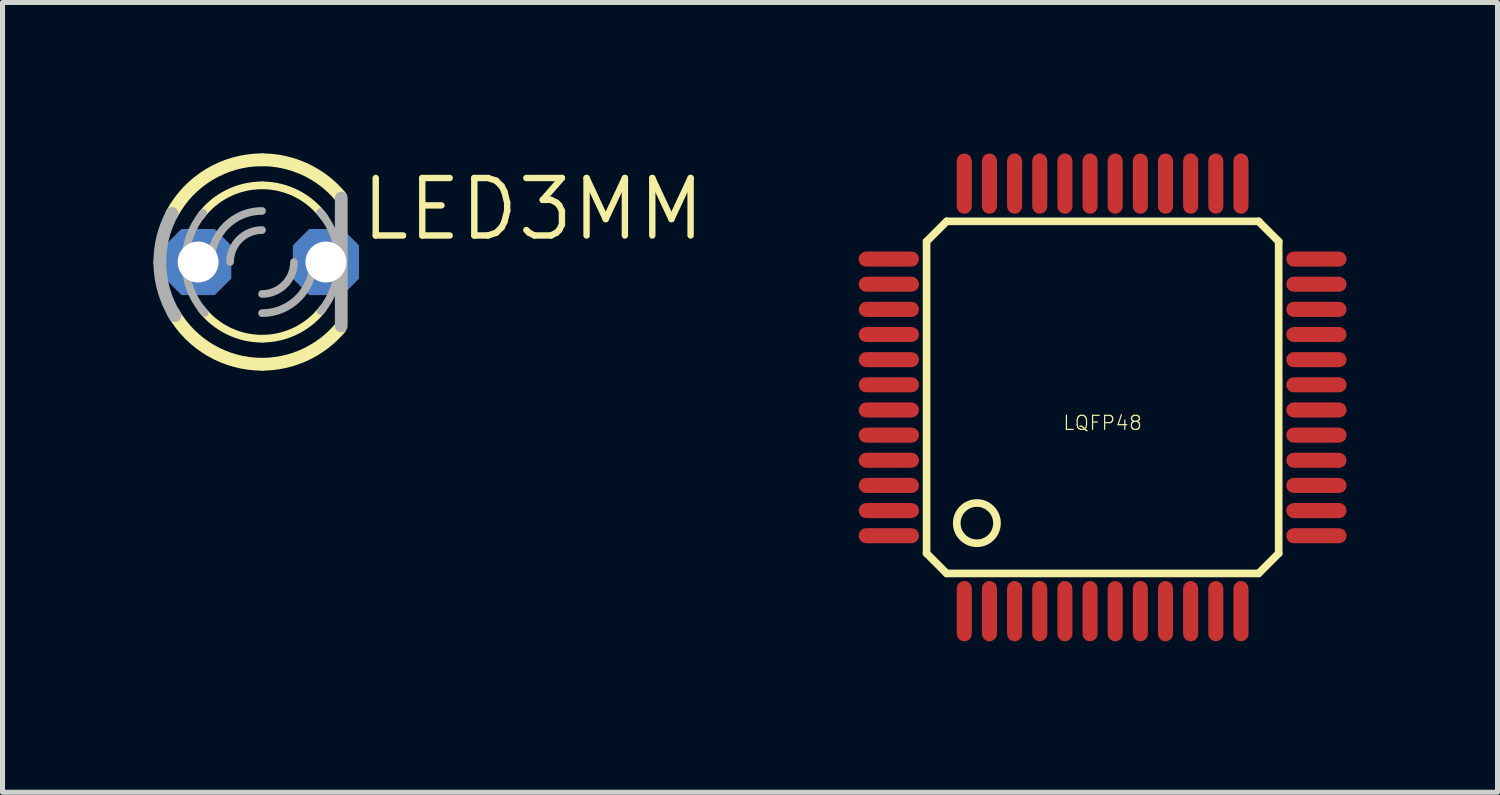
<source format=kicad_pcb>
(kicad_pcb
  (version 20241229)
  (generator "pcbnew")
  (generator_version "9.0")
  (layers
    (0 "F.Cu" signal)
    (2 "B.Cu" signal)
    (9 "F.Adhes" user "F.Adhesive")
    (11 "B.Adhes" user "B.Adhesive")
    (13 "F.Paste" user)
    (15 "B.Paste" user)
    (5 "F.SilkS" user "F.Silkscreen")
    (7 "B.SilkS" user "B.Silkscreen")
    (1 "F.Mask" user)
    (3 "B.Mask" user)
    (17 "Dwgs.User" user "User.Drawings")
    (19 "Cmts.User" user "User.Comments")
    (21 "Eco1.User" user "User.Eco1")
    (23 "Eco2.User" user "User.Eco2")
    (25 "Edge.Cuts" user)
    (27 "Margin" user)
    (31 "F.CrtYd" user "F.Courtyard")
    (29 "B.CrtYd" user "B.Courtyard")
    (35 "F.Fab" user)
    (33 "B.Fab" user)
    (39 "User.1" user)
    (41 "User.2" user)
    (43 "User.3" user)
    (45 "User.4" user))
  (footprint "LED3MM"
    (layer "F.Cu")
    (at 2.159 2.159)
    (property "Reference" "LED3MM" (at 1.905 -0.381 0) (layer "F.SilkS") (effects (font (size 1.143 1.143) (thickness 0.127)) (justify left bottom)))
    (fp_arc (start -1.7929 -0.9562) (mid -1.045438 -1.7424) (end 0 -2.032) (stroke (width 0.254) (type solid)) (layer "F.SilkS"))
    (fp_arc (start -1.2192 -0.9144) (mid -0.681554 -1.363107) (end 0 -1.524) (stroke (width 0.1524) (type solid)) (layer "F.SilkS"))
    (fp_arc (start 0 -2.032) (mid 0.861864 -1.840173) (end 1.561 -1.3009) (stroke (width 0.254) (type solid)) (layer "F.SilkS"))
    (fp_arc (start 0 -1.524) (mid 0.697339 -1.355082) (end 1.2401 -0.885801) (stroke (width 0.1524) (type solid)) (layer "F.SilkS"))
    (fp_arc (start 0 1.524) (mid -0.669593 1.369018) (end -1.203 0.9356) (stroke (width 0.1524) (type solid)) (layer "F.SilkS"))
    (fp_arc (start 0 2.032) (mid -1.019924 1.757525) (end -1.7643 1.0082) (stroke (width 0.254) (type solid)) (layer "F.SilkS"))
    (fp_arc (start 1.203 0.9356) (mid 0.669593 1.369018) (end 0 1.524) (stroke (width 0.1524) (type solid)) (layer "F.SilkS"))
    (fp_arc (start 1.5512 1.3126) (mid 0.854953 1.843405) (end 0 2.032) (stroke (width 0.254) (type solid)) (layer "F.SilkS"))
    (fp_line (start 1.575 1.27) (end 1.575 -1.27) (stroke (width 0.254) (type solid)) (layer "F.Fab"))
    (fp_arc (start -2.032 0) (mid -1.970339 -0.496775) (end -1.7891 -0.9634) (stroke (width 0.254) (type solid)) (layer "F.Fab"))
    (fp_arc (start -1.7306 1.065) (mid -1.95521 0.553417) (end -2.032 0) (stroke (width 0.254) (type solid)) (layer "F.Fab"))
    (fp_arc (start -1.524 0) (mid -1.432981 -0.518783) (end -1.1708 -0.9756) (stroke (width 0.1524) (type solid)) (layer "F.Fab"))
    (fp_arc (start -1.1391 1.0125) (mid -1.42454 0.5416) (end -1.524 0) (stroke (width 0.1524) (type solid)) (layer "F.Fab"))
    (fp_arc (start -1.016 0) (mid -0.71842 -0.71842) (end 0 -1.016) (stroke (width 0.1524) (type solid)) (layer "F.Fab"))
    (fp_arc (start -0.635 0) (mid -0.449013 -0.449013) (end 0 -0.635) (stroke (width 0.1524) (type solid)) (layer "F.Fab"))
    (fp_arc (start 0.635 0) (mid 0.449013 0.449013) (end 0 0.635) (stroke (width 0.1524) (type solid)) (layer "F.Fab"))
    (fp_arc (start 1.016 0) (mid 0.71842 0.71842) (end 0 1.016) (stroke (width 0.1524) (type solid)) (layer "F.Fab"))
    (fp_arc (start 1.1571 -0.9918) (mid 1.429332 -0.528744) (end 1.524 0) (stroke (width 0.1524) (type solid)) (layer "F.Fab"))
    (fp_arc (start 1.524 0) (mid 1.432981 0.518783) (end 1.1708 0.9756) (stroke (width 0.1524) (type solid)) (layer "F.Fab"))
    (pad "A" thru_hole roundrect (at -1.27 0) (size 1.313 1.313) (drill 0.813) (layers "*.Cu" "*.Mask") (roundrect_rratio 0.25) (chamfer_ratio 0.25) (chamfer top_left top_right bottom_left bottom_right))
    (pad "K" thru_hole roundrect (at 1.27 0) (size 1.313 1.313) (drill 0.813) (layers "*.Cu" "*.Mask") (roundrect_rratio 0.25) (chamfer_ratio 0.25) (chamfer top_left top_right bottom_left bottom_right)))
  (footprint "LQFP48"
    (layer "F.Cu")
    (at 18.87 4.85)
    (property "Reference" "LQFP48" (at 0 0.508 0) (layer "F.SilkS") (effects (font (size 0.28 0.28) (thickness 0.024))))
    (fp_line (start -3.5 -3.1) (end -3.1 -3.5) (stroke (width 0.152) (type solid)) (layer "F.SilkS"))
    (fp_line (start -3.5 3.1) (end -3.5 -3.1) (stroke (width 0.152) (type solid)) (layer "F.SilkS"))
    (fp_line (start -3.1 -3.5) (end 3.1 -3.5) (stroke (width 0.152) (type solid)) (layer "F.SilkS"))
    (fp_line (start -3.1 3.5) (end -3.5 3.1) (stroke (width 0.152) (type solid)) (layer "F.SilkS"))
    (fp_line (start 3.1 -3.5) (end 3.5 -3.1) (stroke (width 0.152) (type solid)) (layer "F.SilkS"))
    (fp_line (start 3.1 3.5) (end -3.1 3.5) (stroke (width 0.152) (type solid)) (layer "F.SilkS"))
    (fp_line (start 3.5 -3.1) (end 3.5 3.1) (stroke (width 0.152) (type solid)) (layer "F.SilkS"))
    (fp_line (start 3.5 3.1) (end 3.1 3.5) (stroke (width 0.152) (type solid)) (layer "F.SilkS"))
    (fp_circle (center -2.5 2.5) (end -2.1 2.5) (stroke (width 0.152) (type solid)) (fill no) (layer "F.SilkS"))
    (pad "1" smd roundrect (at -2.75 4.25) (size 0.3 1.2) (layers "F.Cu" "F.Mask" "F.Paste") (roundrect_rratio 0.5))
    (pad "2" smd roundrect (at -2.25 4.25) (size 0.3 1.2) (layers "F.Cu" "F.Mask" "F.Paste") (roundrect_rratio 0.5))
    (pad "3" smd roundrect (at -1.75 4.25) (size 0.3 1.2) (layers "F.Cu" "F.Mask" "F.Paste") (roundrect_rratio 0.5))
    (pad "4" smd roundrect (at -1.25 4.25) (size 0.3 1.2) (layers "F.Cu" "F.Mask" "F.Paste") (roundrect_rratio 0.5))
    (pad "5" smd roundrect (at -0.75 4.25) (size 0.3 1.2) (layers "F.Cu" "F.Mask" "F.Paste") (roundrect_rratio 0.5))
    (pad "6" smd roundrect (at -0.25 4.25) (size 0.3 1.2) (layers "F.Cu" "F.Mask" "F.Paste") (roundrect_rratio 0.5))
    (pad "7" smd roundrect (at 0.25 4.25) (size 0.3 1.2) (layers "F.Cu" "F.Mask" "F.Paste") (roundrect_rratio 0.5))
    (pad "8" smd roundrect (at 0.75 4.25) (size 0.3 1.2) (layers "F.Cu" "F.Mask" "F.Paste") (roundrect_rratio 0.5))
    (pad "9" smd roundrect (at 1.25 4.25) (size 0.3 1.2) (layers "F.Cu" "F.Mask" "F.Paste") (roundrect_rratio 0.5))
    (pad "10" smd roundrect (at 1.75 4.25) (size 0.3 1.2) (layers "F.Cu" "F.Mask" "F.Paste") (roundrect_rratio 0.5))
    (pad "11" smd roundrect (at 2.25 4.25) (size 0.3 1.2) (layers "F.Cu" "F.Mask" "F.Paste") (roundrect_rratio 0.5))
    (pad "12" smd roundrect (at 2.75 4.25) (size 0.3 1.2) (layers "F.Cu" "F.Mask" "F.Paste") (roundrect_rratio 0.5))
    (pad "13" smd roundrect (at 4.25 2.75) (size 1.2 0.3) (layers "F.Cu" "F.Mask" "F.Paste") (roundrect_rratio 0.5))
    (pad "14" smd roundrect (at 4.25 2.25) (size 1.2 0.3) (layers "F.Cu" "F.Mask" "F.Paste") (roundrect_rratio 0.5))
    (pad "15" smd roundrect (at 4.25 1.75) (size 1.2 0.3) (layers "F.Cu" "F.Mask" "F.Paste") (roundrect_rratio 0.5))
    (pad "16" smd roundrect (at 4.25 1.25) (size 1.2 0.3) (layers "F.Cu" "F.Mask" "F.Paste") (roundrect_rratio 0.5))
    (pad "17" smd roundrect (at 4.25 0.75) (size 1.2 0.3) (layers "F.Cu" "F.Mask" "F.Paste") (roundrect_rratio 0.5))
    (pad "18" smd roundrect (at 4.25 0.25) (size 1.2 0.3) (layers "F.Cu" "F.Mask" "F.Paste") (roundrect_rratio 0.5))
    (pad "19" smd roundrect (at 4.25 -0.25) (size 1.2 0.3) (layers "F.Cu" "F.Mask" "F.Paste") (roundrect_rratio 0.5))
    (pad "20" smd roundrect (at 4.25 -0.75) (size 1.2 0.3) (layers "F.Cu" "F.Mask" "F.Paste") (roundrect_rratio 0.5))
    (pad "21" smd roundrect (at 4.25 -1.25) (size 1.2 0.3) (layers "F.Cu" "F.Mask" "F.Paste") (roundrect_rratio 0.5))
    (pad "22" smd roundrect (at 4.25 -1.75) (size 1.2 0.3) (layers "F.Cu" "F.Mask" "F.Paste") (roundrect_rratio 0.5))
    (pad "23" smd roundrect (at 4.25 -2.25) (size 1.2 0.3) (layers "F.Cu" "F.Mask" "F.Paste") (roundrect_rratio 0.5))
    (pad "24" smd roundrect (at 4.25 -2.75) (size 1.2 0.3) (layers "F.Cu" "F.Mask" "F.Paste") (roundrect_rratio 0.5))
    (pad "25" smd roundrect (at 2.75 -4.25) (size 0.3 1.2) (layers "F.Cu" "F.Mask" "F.Paste") (roundrect_rratio 0.5))
    (pad "26" smd roundrect (at 2.25 -4.25) (size 0.3 1.2) (layers "F.Cu" "F.Mask" "F.Paste") (roundrect_rratio 0.5))
    (pad "27" smd roundrect (at 1.75 -4.25) (size 0.3 1.2) (layers "F.Cu" "F.Mask" "F.Paste") (roundrect_rratio 0.5))
    (pad "28" smd roundrect (at 1.25 -4.25) (size 0.3 1.2) (layers "F.Cu" "F.Mask" "F.Paste") (roundrect_rratio 0.5))
    (pad "29" smd roundrect (at 0.75 -4.25) (size 0.3 1.2) (layers "F.Cu" "F.Mask" "F.Paste") (roundrect_rratio 0.5))
    (pad "30" smd roundrect (at 0.25 -4.25) (size 0.3 1.2) (layers "F.Cu" "F.Mask" "F.Paste") (roundrect_rratio 0.5))
    (pad "31" smd roundrect (at -0.25 -4.25) (size 0.3 1.2) (layers "F.Cu" "F.Mask" "F.Paste") (roundrect_rratio 0.5))
    (pad "32" smd roundrect (at -0.75 -4.25) (size 0.3 1.2) (layers "F.Cu" "F.Mask" "F.Paste") (roundrect_rratio 0.5))
    (pad "33" smd roundrect (at -1.25 -4.25) (size 0.3 1.2) (layers "F.Cu" "F.Mask" "F.Paste") (roundrect_rratio 0.5))
    (pad "34" smd roundrect (at -1.75 -4.25) (size 0.3 1.2) (layers "F.Cu" "F.Mask" "F.Paste") (roundrect_rratio 0.5))
    (pad "35" smd roundrect (at -2.25 -4.25) (size 0.3 1.2) (layers "F.Cu" "F.Mask" "F.Paste") (roundrect_rratio 0.5))
    (pad "36" smd roundrect (at -2.75 -4.25) (size 0.3 1.2) (layers "F.Cu" "F.Mask" "F.Paste") (roundrect_rratio 0.5))
    (pad "37" smd roundrect (at -4.25 -2.75) (size 1.2 0.3) (layers "F.Cu" "F.Mask" "F.Paste") (roundrect_rratio 0.5))
    (pad "38" smd roundrect (at -4.25 -2.25) (size 1.2 0.3) (layers "F.Cu" "F.Mask" "F.Paste") (roundrect_rratio 0.5))
    (pad "39" smd roundrect (at -4.25 -1.75) (size 1.2 0.3) (layers "F.Cu" "F.Mask" "F.Paste") (roundrect_rratio 0.5))
    (pad "40" smd roundrect (at -4.25 -1.25) (size 1.2 0.3) (layers "F.Cu" "F.Mask" "F.Paste") (roundrect_rratio 0.5))
    (pad "41" smd roundrect (at -4.25 -0.75) (size 1.2 0.3) (layers "F.Cu" "F.Mask" "F.Paste") (roundrect_rratio 0.5))
    (pad "42" smd roundrect (at -4.25 -0.25) (size 1.2 0.3) (layers "F.Cu" "F.Mask" "F.Paste") (roundrect_rratio 0.5))
    (pad "43" smd roundrect (at -4.25 0.25) (size 1.2 0.3) (layers "F.Cu" "F.Mask" "F.Paste") (roundrect_rratio 0.5))
    (pad "44" smd roundrect (at -4.25 0.75) (size 1.2 0.3) (layers "F.Cu" "F.Mask" "F.Paste") (roundrect_rratio 0.5))
    (pad "45" smd roundrect (at -4.25 1.25) (size 1.2 0.3) (layers "F.Cu" "F.Mask" "F.Paste") (roundrect_rratio 0.5))
    (pad "46" smd roundrect (at -4.25 1.75) (size 1.2 0.3) (layers "F.Cu" "F.Mask" "F.Paste") (roundrect_rratio 0.5))
    (pad "47" smd roundrect (at -4.25 2.25) (size 1.2 0.3) (layers "F.Cu" "F.Mask" "F.Paste") (roundrect_rratio 0.5))
    (pad "48" smd roundrect (at -4.25 2.75) (size 1.2 0.3) (layers "F.Cu" "F.Mask" "F.Paste") (roundrect_rratio 0.5)))
  (gr_rect
    (start -3 -3)
    (end 26.72 12.7)
    (stroke (width 0.1) (type default))
    (fill no)
    (layer "Edge.Cuts")))
</source>
